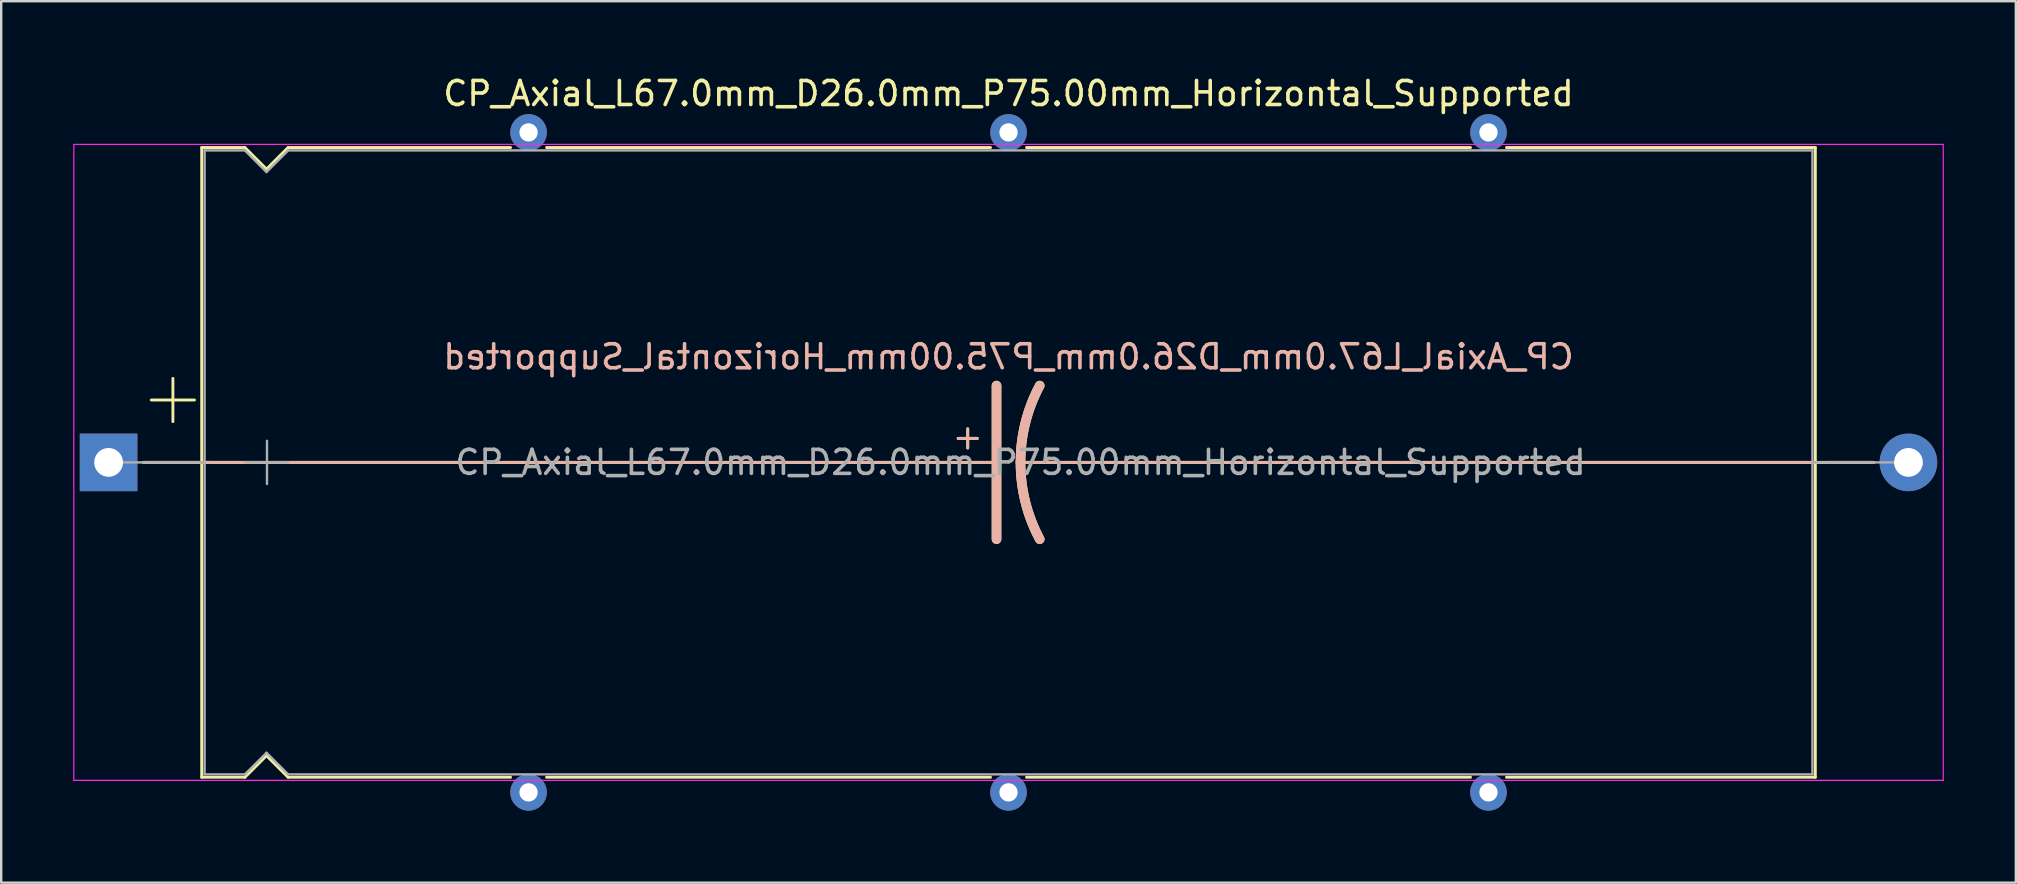
<source format=kicad_pcb>
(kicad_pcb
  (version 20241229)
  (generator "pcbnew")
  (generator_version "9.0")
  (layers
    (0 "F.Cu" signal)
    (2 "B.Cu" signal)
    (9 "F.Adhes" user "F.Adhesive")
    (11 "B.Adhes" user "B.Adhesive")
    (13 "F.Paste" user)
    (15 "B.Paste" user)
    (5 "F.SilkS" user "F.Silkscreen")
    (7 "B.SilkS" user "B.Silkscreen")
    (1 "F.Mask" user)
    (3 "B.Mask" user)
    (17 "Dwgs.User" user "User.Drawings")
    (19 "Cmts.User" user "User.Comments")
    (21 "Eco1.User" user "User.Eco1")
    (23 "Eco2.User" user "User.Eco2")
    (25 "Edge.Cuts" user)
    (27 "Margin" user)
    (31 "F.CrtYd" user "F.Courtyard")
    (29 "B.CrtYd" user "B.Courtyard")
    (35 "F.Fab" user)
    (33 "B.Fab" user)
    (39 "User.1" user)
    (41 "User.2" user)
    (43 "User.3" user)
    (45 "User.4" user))
  (footprint "CP_Axial_L67.0mm_D26.0mm_P75.00mm_Horizontal_Supported"
    (layer "F.Cu")
    (at 1.475 16.218)
    (property "Reference" "CP_Axial_L67.0mm_D26.0mm_P75.00mm_Horizontal_Supported" (at 37.5 -15.37 0) (layer "F.SilkS") (effects (font (size 1 1) (thickness 0.15))))
    (fp_line (start 1.44 0) (end 3.88 0) (stroke (width 0.12) (type solid)) (layer "F.SilkS"))
    (fp_line (start 1.78 -2.6) (end 3.58 -2.6) (stroke (width 0.12) (type solid)) (layer "F.SilkS"))
    (fp_line (start 2.68 -3.5) (end 2.68 -1.7) (stroke (width 0.12) (type solid)) (layer "F.SilkS"))
    (fp_line (start 3.88 -13.12) (end 3.88 13.12) (stroke (width 0.12) (type solid)) (layer "F.SilkS"))
    (fp_line (start 3.88 -13.12) (end 5.68 -13.12) (stroke (width 0.12) (type solid)) (layer "F.SilkS"))
    (fp_line (start 3.88 0) (end 37 0) (stroke (width 0.12) (type solid)) (layer "F.SilkS"))
    (fp_line (start 3.88 13.12) (end 5.68 13.12) (stroke (width 0.12) (type solid)) (layer "F.SilkS"))
    (fp_line (start 5.68 -13.12) (end 6.58 -12.22) (stroke (width 0.12) (type solid)) (layer "F.SilkS"))
    (fp_line (start 5.68 13.12) (end 6.58 12.22) (stroke (width 0.12) (type solid)) (layer "F.SilkS"))
    (fp_line (start 6.58 -12.22) (end 7.48 -13.12) (stroke (width 0.12) (type solid)) (layer "F.SilkS"))
    (fp_line (start 6.58 12.22) (end 7.48 13.12) (stroke (width 0.12) (type solid)) (layer "F.SilkS"))
    (fp_line (start 7.48 -13.12) (end 16.75 -13.12) (stroke (width 0.12) (type solid)) (layer "F.SilkS"))
    (fp_line (start 7.48 13.12) (end 16.75 13.12) (stroke (width 0.12) (type solid)) (layer "F.SilkS"))
    (fp_line (start 18.25 -13.12) (end 36.75 -13.12) (stroke (width 0.12) (type solid)) (layer "F.SilkS"))
    (fp_line (start 18.25 13.12) (end 36.75 13.12) (stroke (width 0.12) (type solid)) (layer "F.SilkS"))
    (fp_line (start 35.4 -1) (end 36.2 -1) (stroke (width 0.12) (type solid)) (layer "F.SilkS"))
    (fp_line (start 35.8 -1.4) (end 35.8 -0.6) (stroke (width 0.12) (type solid)) (layer "F.SilkS"))
    (fp_line (start 37 0) (end 37 -3.2) (stroke (width 0.4) (type solid)) (layer "F.SilkS"))
    (fp_line (start 37 0) (end 37 3.2) (stroke (width 0.4) (type solid)) (layer "F.SilkS"))
    (fp_line (start 38.25 -13.12) (end 56.75 -13.12) (stroke (width 0.12) (type solid)) (layer "F.SilkS"))
    (fp_line (start 38.25 13.12) (end 56.75 13.12) (stroke (width 0.12) (type solid)) (layer "F.SilkS"))
    (fp_line (start 58.25 -13.12) (end 71.12 -13.12) (stroke (width 0.12) (type solid)) (layer "F.SilkS"))
    (fp_line (start 58.25 13.12) (end 71.12 13.12) (stroke (width 0.12) (type solid)) (layer "F.SilkS"))
    (fp_line (start 71.12 -13.12) (end 71.12 13.12) (stroke (width 0.12) (type solid)) (layer "F.SilkS"))
    (fp_line (start 71.12 0) (end 38 0) (stroke (width 0.12) (type solid)) (layer "F.SilkS"))
    (fp_line (start 73.56 0) (end 71.12 0) (stroke (width 0.12) (type solid)) (layer "F.SilkS"))
    (fp_arc (start 38 0) (mid 38.203545 -1.649114) (end 38.8 -3.2) (stroke (width 0.4) (type solid)) (layer "F.SilkS"))
    (fp_arc (start 38.8 3.2) (mid 38.200704 1.649824) (end 38 0) (stroke (width 0.4) (type solid)) (layer "F.SilkS"))
    (fp_line (start 1.5 0) (end 4.38 0) (stroke (width 0.12) (type solid)) (layer "B.SilkS"))
    (fp_line (start 3.88 0) (end 37 0) (stroke (width 0.12) (type solid)) (layer "B.SilkS"))
    (fp_line (start 35.4 -1) (end 36.2 -1) (stroke (width 0.12) (type solid)) (layer "B.SilkS"))
    (fp_line (start 35.8 -0.6) (end 35.8 -1.4) (stroke (width 0.12) (type solid)) (layer "B.SilkS"))
    (fp_line (start 37 0) (end 37 -3.2) (stroke (width 0.4) (type solid)) (layer "B.SilkS"))
    (fp_line (start 37 0) (end 37 3.2) (stroke (width 0.4) (type solid)) (layer "B.SilkS"))
    (fp_line (start 71.12 0) (end 38 0) (stroke (width 0.12) (type solid)) (layer "B.SilkS"))
    (fp_line (start 73.5 0) (end 71.62 0) (stroke (width 0.12) (type solid)) (layer "B.SilkS"))
    (fp_arc (start 38 0) (mid 38.200703 -1.649824) (end 38.8 -3.2) (stroke (width 0.4) (type solid)) (layer "B.SilkS"))
    (fp_arc (start 38.8 3.2) (mid 38.203544 1.649114) (end 38 0) (stroke (width 0.4) (type solid)) (layer "B.SilkS"))
    (fp_line (start -1.45 -13.25) (end -1.45 13.25) (stroke (width 0.05) (type solid)) (layer "F.CrtYd"))
    (fp_line (start -1.45 13.25) (end 76.45 13.25) (stroke (width 0.05) (type solid)) (layer "F.CrtYd"))
    (fp_line (start 76.45 -13.25) (end -1.45 -13.25) (stroke (width 0.05) (type solid)) (layer "F.CrtYd"))
    (fp_line (start 76.45 13.25) (end 76.45 -13.25) (stroke (width 0.05) (type solid)) (layer "F.CrtYd"))
    (fp_line (start 0 0) (end 4 0) (stroke (width 0.1) (type solid)) (layer "F.Fab"))
    (fp_line (start 4 -13) (end 4 13) (stroke (width 0.1) (type solid)) (layer "F.Fab"))
    (fp_line (start 4 -13) (end 5.68 -13) (stroke (width 0.1) (type solid)) (layer "F.Fab"))
    (fp_line (start 4 13) (end 5.68 13) (stroke (width 0.1) (type solid)) (layer "F.Fab"))
    (fp_line (start 5.68 -13) (end 6.58 -12.1) (stroke (width 0.1) (type solid)) (layer "F.Fab"))
    (fp_line (start 5.68 13) (end 6.58 12.1) (stroke (width 0.1) (type solid)) (layer "F.Fab"))
    (fp_line (start 5.7 0) (end 7.5 0) (stroke (width 0.1) (type solid)) (layer "F.Fab"))
    (fp_line (start 6.58 -12.1) (end 7.48 -13) (stroke (width 0.1) (type solid)) (layer "F.Fab"))
    (fp_line (start 6.58 12.1) (end 7.48 13) (stroke (width 0.1) (type solid)) (layer "F.Fab"))
    (fp_line (start 6.6 -0.9) (end 6.6 0.9) (stroke (width 0.1) (type solid)) (layer "F.Fab"))
    (fp_line (start 7.48 -13) (end 71 -13) (stroke (width 0.1) (type solid)) (layer "F.Fab"))
    (fp_line (start 7.48 13) (end 71 13) (stroke (width 0.1) (type solid)) (layer "F.Fab"))
    (fp_line (start 71 -13) (end 71 13) (stroke (width 0.1) (type solid)) (layer "F.Fab"))
    (fp_line (start 75 0) (end 71 0) (stroke (width 0.1) (type solid)) (layer "F.Fab"))
    (fp_text user "${REFERENCE}" (at 37.5 -4.4 0) (layer "B.SilkS") (effects (font (size 1 1) (thickness 0.15)) (justify mirror)))
    (fp_text user "${REFERENCE}" (at 38 0 0) (layer "F.Fab") (effects (font (size 1 1) (thickness 0.15))))
    (pad "" thru_hole circle (at 17.5 -13.75) (size 1.524 1.524) (drill 0.762) (layers "*.Cu" "*.Mask"))
    (pad "" thru_hole circle (at 17.5 13.75) (size 1.524 1.524) (drill 0.762) (layers "*.Cu" "*.Mask"))
    (pad "" thru_hole circle (at 37.5 -13.75) (size 1.524 1.524) (drill 0.762) (layers "*.Cu" "*.Mask"))
    (pad "" thru_hole circle (at 37.5 13.75) (size 1.524 1.524) (drill 0.762) (layers "*.Cu" "*.Mask"))
    (pad "" thru_hole circle (at 57.5 -13.75) (size 1.524 1.524) (drill 0.762) (layers "*.Cu" "*.Mask"))
    (pad "" thru_hole circle (at 57.5 13.75) (size 1.524 1.524) (drill 0.762) (layers "*.Cu" "*.Mask"))
    (pad "1" thru_hole rect (at 0 0) (size 2.4 2.4) (drill 1.2) (layers "*.Cu" "*.Mask"))
    (pad "2" thru_hole oval (at 75 0) (size 2.4 2.4) (drill 1.2) (layers "*.Cu" "*.Mask")))
  (gr_rect
    (start -3 -3)
    (end 80.95 33.73)
    (stroke (width 0.1) (type default))
    (fill no)
    (layer "Edge.Cuts")))
</source>
